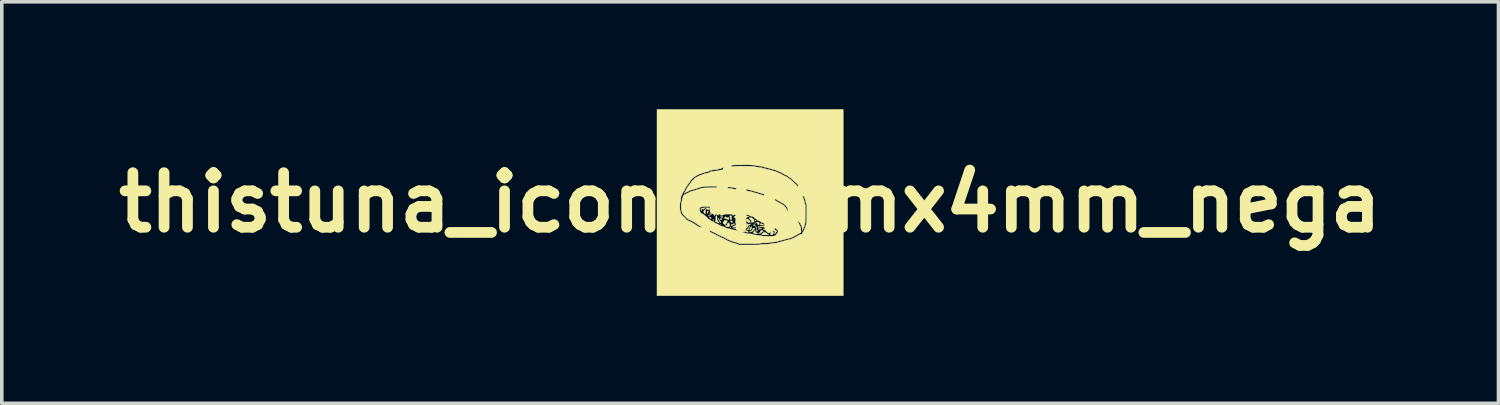
<source format=kicad_pcb>
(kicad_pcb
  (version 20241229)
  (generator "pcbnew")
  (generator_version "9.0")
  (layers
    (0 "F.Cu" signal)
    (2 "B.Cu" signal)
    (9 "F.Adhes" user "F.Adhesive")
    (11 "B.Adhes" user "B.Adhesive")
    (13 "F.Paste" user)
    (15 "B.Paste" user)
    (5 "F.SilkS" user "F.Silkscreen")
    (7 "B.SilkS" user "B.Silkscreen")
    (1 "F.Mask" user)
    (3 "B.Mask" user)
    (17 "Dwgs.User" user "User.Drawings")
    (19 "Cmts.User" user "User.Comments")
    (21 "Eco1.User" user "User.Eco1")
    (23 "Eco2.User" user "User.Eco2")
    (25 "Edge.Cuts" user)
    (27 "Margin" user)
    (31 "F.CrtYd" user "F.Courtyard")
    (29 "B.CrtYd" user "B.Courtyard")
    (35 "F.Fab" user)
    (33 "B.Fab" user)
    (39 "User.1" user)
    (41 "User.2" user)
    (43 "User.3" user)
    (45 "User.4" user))
  (footprint "thistuna_icon_4mmx4mm_nega"
    (layer "F.Cu")
    (at 17.896 2.606)
    (property "Reference" "thistuna_icon_4mmx4mm_nega" (at 0 0 0) (layer "F.SilkS") (effects (font (size 1.524 1.524) (thickness 0.3))))
    (attr through_hole)
    (fp_poly (pts (xy 0.686 0.892) (xy 0.683 0.894) (xy 0.681 0.892) (xy 0.683 0.889) (xy 0.686 0.892)) (stroke (width 0.01) (type solid)) (fill yes) (layer "F.SilkS"))
    (fp_poly (pts (xy -0.474 0.408) (xy -0.474 0.414) (xy -0.474 0.415) (xy -0.477 0.414) (xy -0.478 0.411) (xy -0.476 0.407) (xy -0.474 0.408)) (stroke (width 0.01) (type solid)) (fill yes) (layer "F.SilkS"))
    (fp_poly (pts (xy -0.234 0.419) (xy -0.229 0.424) (xy -0.23 0.427) (xy -0.231 0.427) (xy -0.235 0.423) (xy -0.237 0.421) (xy -0.237 0.417) (xy -0.234 0.419)) (stroke (width 0.01) (type solid)) (fill yes) (layer "F.SilkS"))
    (fp_poly (pts (xy -0.206 0.57) (xy -0.205 0.576) (xy -0.21 0.579) (xy -0.217 0.575) (xy -0.218 0.571) (xy -0.215 0.565) (xy -0.212 0.565) (xy -0.206 0.57)) (stroke (width 0.01) (type solid)) (fill yes) (layer "F.SilkS"))
    (fp_poly (pts (xy -1.138 0.299) (xy -1.138 0.3) (xy -1.142 0.305) (xy -1.143 0.305) (xy -1.146 0.302) (xy -1.146 0.3) (xy -1.141 0.295) (xy -1.14 0.295) (xy -1.138 0.299)) (stroke (width 0.01) (type solid)) (fill yes) (layer "F.SilkS"))
    (fp_poly (pts (xy -0.827 0.603) (xy -0.826 0.605) (xy -0.826 0.609) (xy -0.827 0.61) (xy -0.835 0.606) (xy -0.836 0.605) (xy -0.835 0.6) (xy -0.834 0.599) (xy -0.827 0.603)) (stroke (width 0.01) (type solid)) (fill yes) (layer "F.SilkS"))
    (fp_poly (pts (xy -0.681 0.304) (xy -0.678 0.31) (xy -0.676 0.319) (xy -0.677 0.323) (xy -0.68 0.321) (xy -0.683 0.315) (xy -0.685 0.305) (xy -0.684 0.301) (xy -0.681 0.304)) (stroke (width 0.01) (type solid)) (fill yes) (layer "F.SilkS"))
    (fp_poly (pts (xy -0.194 0.617) (xy -0.193 0.62) (xy -0.197 0.624) (xy -0.201 0.625) (xy -0.207 0.622) (xy -0.208 0.62) (xy -0.204 0.615) (xy -0.201 0.615) (xy -0.194 0.617)) (stroke (width 0.01) (type solid)) (fill yes) (layer "F.SilkS"))
    (fp_poly (pts (xy -0.193 0.664) (xy -0.185 0.669) (xy -0.183 0.674) (xy -0.186 0.68) (xy -0.193 0.678) (xy -0.197 0.675) (xy -0.203 0.667) (xy -0.2 0.663) (xy -0.193 0.664)) (stroke (width 0.01) (type solid)) (fill yes) (layer "F.SilkS"))
    (fp_poly (pts (xy -0.132 0.604) (xy -0.132 0.612) (xy -0.135 0.622) (xy -0.14 0.627) (xy -0.146 0.624) (xy -0.149 0.617) (xy -0.148 0.606) (xy -0.144 0.602) (xy -0.135 0.6) (xy -0.132 0.604)) (stroke (width 0.01) (type solid)) (fill yes) (layer "F.SilkS"))
    (fp_poly (pts (xy -0.539 0.69) (xy -0.537 0.693) (xy -0.537 0.699) (xy -0.545 0.701) (xy -0.549 0.701) (xy -0.56 0.7) (xy -0.561 0.697) (xy -0.559 0.693) (xy -0.55 0.687) (xy -0.546 0.686) (xy -0.539 0.69)) (stroke (width 0.01) (type solid)) (fill yes) (layer "F.SilkS"))
    (fp_poly (pts (xy 0.16 0.496) (xy 0.169 0.502) (xy 0.169 0.506) (xy 0.164 0.511) (xy 0.154 0.517) (xy 0.149 0.515) (xy 0.147 0.503) (xy 0.147 0.503) (xy 0.148 0.492) (xy 0.151 0.491) (xy 0.16 0.496)) (stroke (width 0.01) (type solid)) (fill yes) (layer "F.SilkS"))
    (fp_poly (pts (xy -1.142 0.342) (xy -1.138 0.354) (xy -1.138 0.363) (xy -1.139 0.379) (xy -1.143 0.385) (xy -1.149 0.381) (xy -1.155 0.37) (xy -1.16 0.357) (xy -1.159 0.349) (xy -1.158 0.347) (xy -1.149 0.34) (xy -1.142 0.342)) (stroke (width 0.01) (type solid)) (fill yes) (layer "F.SilkS"))
    (fp_poly (pts (xy 0.15 0.569) (xy 0.154 0.578) (xy 0.155 0.587) (xy 0.153 0.588) (xy 0.15 0.584) (xy 0.143 0.58) (xy 0.137 0.579) (xy 0.128 0.577) (xy 0.129 0.57) (xy 0.134 0.565) (xy 0.143 0.562) (xy 0.15 0.569)) (stroke (width 0.01) (type solid)) (fill yes) (layer "F.SilkS"))
    (fp_poly (pts (xy -1.028 0.472) (xy -1.023 0.48) (xy -1.018 0.49) (xy -1.016 0.496) (xy -1.016 0.496) (xy -1.02 0.498) (xy -1.027 0.497) (xy -1.033 0.493) (xy -1.034 0.493) (xy -1.035 0.484) (xy -1.034 0.477) (xy -1.031 0.47) (xy -1.028 0.472)) (stroke (width 0.01) (type solid)) (fill yes) (layer "F.SilkS"))
    (fp_poly (pts (xy -0.4 0.728) (xy -0.383 0.73) (xy -0.374 0.734) (xy -0.366 0.742) (xy -0.367 0.747) (xy -0.376 0.747) (xy -0.386 0.743) (xy -0.401 0.738) (xy -0.421 0.734) (xy -0.437 0.732) (xy -0.47 0.728) (xy -0.427 0.727) (xy -0.4 0.728)) (stroke (width 0.01) (type solid)) (fill yes) (layer "F.SilkS"))
    (fp_poly (pts (xy -0.335 0.49) (xy -0.337 0.502) (xy -0.342 0.509) (xy -0.342 0.51) (xy -0.349 0.515) (xy -0.357 0.527) (xy -0.359 0.532) (xy -0.37 0.547) (xy -0.383 0.559) (xy -0.385 0.561) (xy -0.401 0.57) (xy -0.401 0.472) (xy -0.335 0.472) (xy -0.335 0.49)) (stroke (width 0.01) (type solid)) (fill yes) (layer "F.SilkS"))
    (fp_poly (pts (xy 0.388 0.736) (xy 0.394 0.744) (xy 0.398 0.755) (xy 0.401 0.765) (xy 0.4 0.77) (xy 0.396 0.768) (xy 0.387 0.76) (xy 0.38 0.754) (xy 0.369 0.744) (xy 0.366 0.738) (xy 0.368 0.735) (xy 0.371 0.734) (xy 0.383 0.734) (xy 0.388 0.736)) (stroke (width 0.01) (type solid)) (fill yes) (layer "F.SilkS"))
    (fp_poly (pts (xy -0.999 0.293) (xy -0.984 0.315) (xy -0.976 0.332) (xy -0.977 0.343) (xy -0.983 0.347) (xy -0.991 0.354) (xy -0.995 0.361) (xy -0.999 0.368) (xy -1.004 0.365) (xy -1.005 0.365) (xy -1.008 0.356) (xy -1.01 0.339) (xy -1.011 0.319) (xy -1.011 0.279) (xy -0.999 0.293)) (stroke (width 0.01) (type solid)) (fill yes) (layer "F.SilkS"))
    (fp_poly (pts (xy -0.263 0.473) (xy -0.251 0.476) (xy -0.247 0.482) (xy -0.246 0.485) (xy -0.248 0.492) (xy -0.256 0.496) (xy -0.266 0.497) (xy -0.279 0.497) (xy -0.283 0.495) (xy -0.283 0.49) (xy -0.28 0.48) (xy -0.279 0.477) (xy -0.275 0.474) (xy -0.264 0.473) (xy -0.263 0.473)) (stroke (width 0.01) (type solid)) (fill yes) (layer "F.SilkS"))
    (fp_poly (pts (xy -1.052 0.171) (xy -1.052 0.171) (xy -1.041 0.176) (xy -1.029 0.179) (xy -1.019 0.181) (xy -1.015 0.185) (xy -1.016 0.197) (xy -1.016 0.199) (xy -1.019 0.218) (xy -1.03 0.208) (xy -1.038 0.2) (xy -1.041 0.193) (xy -1.044 0.184) (xy -1.05 0.176) (xy -1.055 0.17) (xy -1.052 0.171)) (stroke (width 0.01) (type solid)) (fill yes) (layer "F.SilkS"))
    (fp_poly (pts (xy -0.498 0.536) (xy -0.498 0.55) (xy -0.501 0.557) (xy -0.508 0.559) (xy -0.516 0.559) (xy -0.528 0.558) (xy -0.533 0.553) (xy -0.533 0.549) (xy -0.537 0.539) (xy -0.544 0.531) (xy -0.552 0.522) (xy -0.552 0.517) (xy -0.543 0.514) (xy -0.526 0.513) (xy -0.498 0.513) (xy -0.498 0.536)) (stroke (width 0.01) (type solid)) (fill yes) (layer "F.SilkS"))
    (fp_poly (pts (xy 0.041 0.692) (xy 0.039 0.719) (xy 0.033 0.739) (xy 0.022 0.754) (xy 0.014 0.761) (xy -0.002 0.77) (xy -0.011 0.771) (xy -0.015 0.765) (xy -0.015 0.76) (xy -0.012 0.745) (xy -0.005 0.725) (xy 0.006 0.705) (xy 0.018 0.687) (xy 0.026 0.678) (xy 0.041 0.664) (xy 0.041 0.692)) (stroke (width 0.01) (type solid)) (fill yes) (layer "F.SilkS"))
    (fp_poly (pts (xy 0.176 0.676) (xy 0.182 0.68) (xy 0.183 0.69) (xy 0.183 0.695) (xy 0.181 0.711) (xy 0.175 0.718) (xy 0.17 0.718) (xy 0.168 0.709) (xy 0.168 0.706) (xy 0.163 0.691) (xy 0.156 0.684) (xy 0.15 0.678) (xy 0.15 0.676) (xy 0.159 0.676) (xy 0.164 0.676) (xy 0.176 0.676)) (stroke (width 0.01) (type solid)) (fill yes) (layer "F.SilkS"))
    (fp_poly (pts (xy 0.19 0.756) (xy 0.196 0.766) (xy 0.2 0.777) (xy 0.2 0.787) (xy 0.199 0.79) (xy 0.194 0.799) (xy 0.192 0.805) (xy 0.191 0.811) (xy 0.188 0.808) (xy 0.184 0.802) (xy 0.179 0.787) (xy 0.177 0.772) (xy 0.178 0.759) (xy 0.183 0.753) (xy 0.183 0.753) (xy 0.19 0.756)) (stroke (width 0.01) (type solid)) (fill yes) (layer "F.SilkS"))
    (fp_poly (pts (xy -0.776 0.392) (xy -0.766 0.393) (xy -0.763 0.397) (xy -0.767 0.405) (xy -0.769 0.408) (xy -0.774 0.413) (xy -0.779 0.415) (xy -0.788 0.414) (xy -0.803 0.409) (xy -0.806 0.407) (xy -0.819 0.402) (xy -0.827 0.397) (xy -0.828 0.395) (xy -0.823 0.393) (xy -0.811 0.392) (xy -0.795 0.391) (xy -0.776 0.392)) (stroke (width 0.01) (type solid)) (fill yes) (layer "F.SilkS"))
    (fp_poly (pts (xy -1.098 0.413) (xy -1.094 0.42) (xy -1.088 0.435) (xy -1.09 0.445) (xy -1.099 0.448) (xy -1.102 0.448) (xy -1.116 0.443) (xy -1.125 0.437) (xy -1.136 0.429) (xy -1.143 0.425) (xy -1.144 0.423) (xy -1.136 0.422) (xy -1.132 0.422) (xy -1.118 0.42) (xy -1.108 0.415) (xy -1.107 0.414) (xy -1.102 0.41) (xy -1.098 0.413)) (stroke (width 0.01) (type solid)) (fill yes) (layer "F.SilkS"))
    (fp_poly (pts (xy -0.82 0.439) (xy -0.809 0.443) (xy -0.797 0.449) (xy -0.787 0.454) (xy -0.783 0.456) (xy -0.783 0.46) (xy -0.789 0.467) (xy -0.799 0.473) (xy -0.809 0.477) (xy -0.814 0.478) (xy -0.823 0.477) (xy -0.827 0.472) (xy -0.828 0.461) (xy -0.828 0.457) (xy -0.828 0.444) (xy -0.826 0.437) (xy -0.826 0.437) (xy -0.82 0.439)) (stroke (width 0.01) (type solid)) (fill yes) (layer "F.SilkS"))
    (fp_poly (pts (xy -0.519 0.423) (xy -0.521 0.475) (xy -0.537 0.477) (xy -0.547 0.477) (xy -0.552 0.474) (xy -0.554 0.466) (xy -0.554 0.454) (xy -0.555 0.435) (xy -0.559 0.414) (xy -0.564 0.396) (xy -0.569 0.385) (xy -0.57 0.384) (xy -0.574 0.377) (xy -0.57 0.373) (xy -0.558 0.371) (xy -0.546 0.371) (xy -0.518 0.371) (xy -0.519 0.423)) (stroke (width 0.01) (type solid)) (fill yes) (layer "F.SilkS"))
    (fp_poly (pts (xy 0.132 0.616) (xy 0.139 0.621) (xy 0.142 0.626) (xy 0.143 0.635) (xy 0.138 0.639) (xy 0.135 0.639) (xy 0.124 0.643) (xy 0.12 0.646) (xy 0.111 0.649) (xy 0.104 0.65) (xy 0.097 0.649) (xy 0.095 0.643) (xy 0.096 0.632) (xy 0.098 0.621) (xy 0.103 0.616) (xy 0.113 0.615) (xy 0.118 0.615) (xy 0.132 0.616)) (stroke (width 0.01) (type solid)) (fill yes) (layer "F.SilkS"))
    (fp_poly (pts (xy 0.65 0.841) (xy 0.648 0.861) (xy 0.64 0.878) (xy 0.63 0.89) (xy 0.62 0.894) (xy 0.61 0.896) (xy 0.607 0.899) (xy 0.599 0.904) (xy 0.587 0.904) (xy 0.575 0.899) (xy 0.57 0.893) (xy 0.567 0.885) (xy 0.568 0.876) (xy 0.572 0.864) (xy 0.579 0.85) (xy 0.594 0.818) (xy 0.65 0.818) (xy 0.65 0.841)) (stroke (width 0.01) (type solid)) (fill yes) (layer "F.SilkS"))
    (fp_poly (pts (xy -1.171 0.241) (xy -1.168 0.249) (xy -1.171 0.258) (xy -1.173 0.262) (xy -1.178 0.269) (xy -1.179 0.276) (xy -1.182 0.289) (xy -1.186 0.297) (xy -1.19 0.301) (xy -1.193 0.3) (xy -1.194 0.292) (xy -1.194 0.276) (xy -1.194 0.273) (xy -1.194 0.255) (xy -1.192 0.245) (xy -1.189 0.24) (xy -1.184 0.239) (xy -1.181 0.239) (xy -1.171 0.241)) (stroke (width 0.01) (type solid)) (fill yes) (layer "F.SilkS"))
    (fp_poly (pts (xy 0.231 0.546) (xy 0.245 0.553) (xy 0.252 0.567) (xy 0.253 0.589) (xy 0.253 0.593) (xy 0.252 0.607) (xy 0.249 0.615) (xy 0.242 0.618) (xy 0.236 0.619) (xy 0.227 0.618) (xy 0.219 0.614) (xy 0.21 0.603) (xy 0.205 0.596) (xy 0.195 0.58) (xy 0.188 0.565) (xy 0.185 0.558) (xy 0.182 0.544) (xy 0.21 0.544) (xy 0.231 0.546)) (stroke (width 0.01) (type solid)) (fill yes) (layer "F.SilkS"))
    (fp_poly (pts (xy 0.322 0.719) (xy 0.31 0.73) (xy 0.298 0.738) (xy 0.283 0.741) (xy 0.272 0.742) (xy 0.25 0.744) (xy 0.237 0.75) (xy 0.231 0.756) (xy 0.229 0.754) (xy 0.229 0.744) (xy 0.232 0.734) (xy 0.237 0.73) (xy 0.25 0.728) (xy 0.251 0.728) (xy 0.267 0.725) (xy 0.281 0.722) (xy 0.282 0.721) (xy 0.295 0.717) (xy 0.308 0.717) (xy 0.322 0.719)) (stroke (width 0.01) (type solid)) (fill yes) (layer "F.SilkS"))
    (fp_poly (pts (xy -0.877 0.45) (xy -0.87 0.467) (xy -0.865 0.485) (xy -0.864 0.488) (xy -0.858 0.504) (xy -0.848 0.512) (xy -0.832 0.522) (xy -0.824 0.535) (xy -0.824 0.549) (xy -0.826 0.565) (xy -0.847 0.542) (xy -0.862 0.522) (xy -0.869 0.507) (xy -0.869 0.505) (xy -0.872 0.491) (xy -0.879 0.48) (xy -0.887 0.467) (xy -0.888 0.451) (xy -0.888 0.449) (xy -0.886 0.429) (xy -0.877 0.45)) (stroke (width 0.01) (type solid)) (fill yes) (layer "F.SilkS"))
    (fp_poly (pts (xy -0.008 0.659) (xy -0.012 0.668) (xy -0.013 0.669) (xy -0.029 0.695) (xy -0.041 0.718) (xy -0.048 0.737) (xy -0.051 0.748) (xy -0.053 0.759) (xy -0.058 0.761) (xy -0.064 0.757) (xy -0.072 0.753) (xy -0.084 0.751) (xy -0.099 0.749) (xy -0.081 0.741) (xy -0.062 0.729) (xy -0.048 0.714) (xy -0.038 0.693) (xy -0.028 0.674) (xy -0.019 0.661) (xy -0.01 0.655) (xy -0.009 0.655) (xy -0.008 0.659)) (stroke (width 0.01) (type solid)) (fill yes) (layer "F.SilkS"))
    (fp_poly (pts (xy -0.757 0.3) (xy -0.744 0.302) (xy -0.735 0.305) (xy -0.728 0.311) (xy -0.727 0.311) (xy -0.718 0.324) (xy -0.718 0.331) (xy -0.727 0.335) (xy -0.733 0.335) (xy -0.749 0.339) (xy -0.762 0.345) (xy -0.777 0.353) (xy -0.798 0.355) (xy -0.802 0.355) (xy -0.818 0.355) (xy -0.825 0.354) (xy -0.827 0.35) (xy -0.826 0.344) (xy -0.823 0.331) (xy -0.82 0.316) (xy -0.817 0.3) (xy -0.777 0.3) (xy -0.757 0.3)) (stroke (width 0.01) (type solid)) (fill yes) (layer "F.SilkS"))
    (fp_poly (pts (xy -0.367 0.627) (xy -0.372 0.635) (xy -0.381 0.65) (xy -0.387 0.661) (xy -0.396 0.677) (xy -0.411 0.686) (xy -0.434 0.69) (xy -0.448 0.69) (xy -0.466 0.69) (xy -0.48 0.689) (xy -0.486 0.688) (xy -0.492 0.682) (xy -0.49 0.677) (xy -0.484 0.676) (xy -0.474 0.672) (xy -0.465 0.666) (xy -0.455 0.659) (xy -0.438 0.651) (xy -0.417 0.642) (xy -0.393 0.633) (xy -0.373 0.626) (xy -0.367 0.625) (xy -0.367 0.627)) (stroke (width 0.01) (type solid)) (fill yes) (layer "F.SilkS"))
    (fp_poly (pts (xy -0.184 0.48) (xy -0.177 0.486) (xy -0.165 0.495) (xy -0.15 0.505) (xy -0.146 0.508) (xy -0.132 0.518) (xy -0.122 0.529) (xy -0.117 0.539) (xy -0.117 0.546) (xy -0.123 0.549) (xy -0.131 0.552) (xy -0.142 0.559) (xy -0.156 0.567) (xy -0.166 0.567) (xy -0.172 0.558) (xy -0.172 0.558) (xy -0.173 0.547) (xy -0.167 0.539) (xy -0.16 0.532) (xy -0.159 0.525) (xy -0.165 0.514) (xy -0.176 0.502) (xy -0.186 0.49) (xy -0.191 0.482) (xy -0.19 0.478) (xy -0.184 0.48)) (stroke (width 0.01) (type solid)) (fill yes) (layer "F.SilkS"))
    (fp_poly (pts (xy -1.242 0.196) (xy -1.24 0.207) (xy -1.242 0.217) (xy -1.244 0.22) (xy -1.247 0.228) (xy -1.249 0.243) (xy -1.25 0.263) (xy -1.25 0.27) (xy -1.25 0.29) (xy -1.251 0.305) (xy -1.253 0.314) (xy -1.254 0.315) (xy -1.259 0.312) (xy -1.269 0.303) (xy -1.276 0.296) (xy -1.287 0.283) (xy -1.295 0.271) (xy -1.297 0.267) (xy -1.298 0.252) (xy -1.292 0.235) (xy -1.282 0.221) (xy -1.275 0.216) (xy -1.264 0.207) (xy -1.257 0.198) (xy -1.252 0.19) (xy -1.248 0.189) (xy -1.242 0.196)) (stroke (width 0.01) (type solid)) (fill yes) (layer "F.SilkS"))
    (fp_poly (pts (xy -0.399 0.375) (xy -0.385 0.379) (xy -0.373 0.381) (xy -0.359 0.386) (xy -0.347 0.397) (xy -0.339 0.413) (xy -0.338 0.417) (xy -0.336 0.428) (xy -0.336 0.434) (xy -0.336 0.434) (xy -0.342 0.436) (xy -0.356 0.437) (xy -0.373 0.438) (xy -0.392 0.438) (xy -0.41 0.437) (xy -0.423 0.436) (xy -0.429 0.435) (xy -0.429 0.434) (xy -0.432 0.426) (xy -0.434 0.415) (xy -0.437 0.4) (xy -0.44 0.389) (xy -0.441 0.379) (xy -0.434 0.374) (xy -0.429 0.373) (xy -0.414 0.372) (xy -0.399 0.375)) (stroke (width 0.01) (type solid)) (fill yes) (layer "F.SilkS"))
    (fp_poly (pts (xy -0.072 0.463) (xy -0.061 0.465) (xy -0.052 0.47) (xy -0.04 0.479) (xy -0.029 0.49) (xy -0.014 0.505) (xy -0.005 0.516) (xy -0.001 0.526) (xy -0.000021 0.536) (xy 0 0.539) (xy 0 0.559) (xy -0.027 0.558) (xy -0.044 0.557) (xy -0.057 0.552) (xy -0.068 0.543) (xy -0.069 0.542) (xy -0.082 0.527) (xy -0.092 0.512) (xy -0.093 0.51) (xy -0.104 0.495) (xy -0.117 0.484) (xy -0.129 0.476) (xy -0.131 0.469) (xy -0.123 0.465) (xy -0.106 0.463) (xy -0.087 0.462) (xy -0.072 0.463)) (stroke (width 0.01) (type solid)) (fill yes) (layer "F.SilkS"))
    (fp_poly (pts (xy 0.303 0.586) (xy 0.318 0.592) (xy 0.333 0.599) (xy 0.35 0.607) (xy 0.364 0.613) (xy 0.371 0.615) (xy 0.381 0.617) (xy 0.384 0.619) (xy 0.392 0.623) (xy 0.405 0.626) (xy 0.406 0.626) (xy 0.408 0.627) (xy 0.401 0.628) (xy 0.386 0.628) (xy 0.365 0.629) (xy 0.354 0.629) (xy 0.326 0.629) (xy 0.306 0.629) (xy 0.294 0.628) (xy 0.288 0.627) (xy 0.286 0.624) (xy 0.286 0.622) (xy 0.289 0.611) (xy 0.29 0.599) (xy 0.291 0.59) (xy 0.295 0.585) (xy 0.303 0.586)) (stroke (width 0.01) (type solid)) (fill yes) (layer "F.SilkS"))
    (fp_poly (pts (xy -0.455 0.3) (xy -0.428 0.306) (xy -0.406 0.315) (xy -0.387 0.324) (xy -0.371 0.333) (xy -0.361 0.338) (xy -0.353 0.343) (xy -0.353 0.345) (xy -0.362 0.344) (xy -0.368 0.343) (xy -0.399 0.339) (xy -0.422 0.337) (xy -0.439 0.338) (xy -0.452 0.341) (xy -0.465 0.348) (xy -0.474 0.355) (xy -0.48 0.36) (xy -0.483 0.357) (xy -0.483 0.355) (xy -0.485 0.346) (xy -0.492 0.333) (xy -0.495 0.328) (xy -0.503 0.317) (xy -0.505 0.311) (xy -0.501 0.307) (xy -0.498 0.305) (xy -0.479 0.3) (xy -0.455 0.3)) (stroke (width 0.01) (type solid)) (fill yes) (layer "F.SilkS"))
    (fp_poly (pts (xy -0.254 0.584) (xy -0.254 0.606) (xy -0.252 0.624) (xy -0.25 0.635) (xy -0.249 0.638) (xy -0.244 0.644) (xy -0.248 0.649) (xy -0.253 0.65) (xy -0.264 0.648) (xy -0.274 0.645) (xy -0.288 0.642) (xy -0.305 0.641) (xy -0.309 0.641) (xy -0.322 0.64) (xy -0.329 0.638) (xy -0.33 0.637) (xy -0.328 0.631) (xy -0.322 0.62) (xy -0.318 0.613) (xy -0.309 0.596) (xy -0.301 0.575) (xy -0.296 0.563) (xy -0.291 0.546) (xy -0.286 0.538) (xy -0.28 0.534) (xy -0.271 0.533) (xy -0.254 0.533) (xy -0.254 0.584)) (stroke (width 0.01) (type solid)) (fill yes) (layer "F.SilkS"))
    (fp_poly (pts (xy 0.344 0.779) (xy 0.358 0.788) (xy 0.36 0.789) (xy 0.371 0.801) (xy 0.358 0.805) (xy 0.347 0.81) (xy 0.332 0.82) (xy 0.324 0.827) (xy 0.309 0.84) (xy 0.295 0.851) (xy 0.288 0.855) (xy 0.275 0.86) (xy 0.26 0.863) (xy 0.246 0.863) (xy 0.237 0.86) (xy 0.234 0.853) (xy 0.24 0.849) (xy 0.248 0.848) (xy 0.263 0.845) (xy 0.276 0.838) (xy 0.286 0.828) (xy 0.288 0.818) (xy 0.287 0.813) (xy 0.288 0.799) (xy 0.297 0.788) (xy 0.311 0.78) (xy 0.327 0.777) (xy 0.344 0.779)) (stroke (width 0.01) (type solid)) (fill yes) (layer "F.SilkS"))
    (fp_poly (pts (xy -0.692 0.494) (xy -0.665 0.501) (xy -0.647 0.507) (xy -0.638 0.514) (xy -0.636 0.523) (xy -0.643 0.533) (xy -0.646 0.537) (xy -0.66 0.557) (xy -0.668 0.581) (xy -0.671 0.598) (xy -0.671 0.605) (xy -0.676 0.608) (xy -0.686 0.609) (xy -0.698 0.61) (xy -0.714 0.608) (xy -0.728 0.606) (xy -0.732 0.603) (xy -0.748 0.586) (xy -0.756 0.568) (xy -0.755 0.551) (xy -0.746 0.537) (xy -0.742 0.533) (xy -0.732 0.525) (xy -0.727 0.517) (xy -0.726 0.516) (xy -0.722 0.505) (xy -0.711 0.497) (xy -0.697 0.494) (xy -0.692 0.494)) (stroke (width 0.01) (type solid)) (fill yes) (layer "F.SilkS"))
    (fp_poly (pts (xy -0.44 0.585) (xy -0.438 0.591) (xy -0.436 0.599) (xy -0.436 0.608) (xy -0.441 0.613) (xy -0.453 0.617) (xy -0.457 0.617) (xy -0.472 0.623) (xy -0.483 0.629) (xy -0.485 0.631) (xy -0.495 0.638) (xy -0.504 0.64) (xy -0.515 0.642) (xy -0.521 0.645) (xy -0.527 0.65) (xy -0.531 0.647) (xy -0.533 0.635) (xy -0.533 0.632) (xy -0.533 0.621) (xy -0.529 0.616) (xy -0.518 0.614) (xy -0.514 0.614) (xy -0.497 0.611) (xy -0.481 0.605) (xy -0.48 0.604) (xy -0.461 0.592) (xy -0.447 0.586) (xy -0.44 0.584) (xy -0.44 0.585)) (stroke (width 0.01) (type solid)) (fill yes) (layer "F.SilkS"))
    (fp_poly (pts (xy 0.424 0.721) (xy 0.435 0.726) (xy 0.444 0.729) (xy 0.463 0.737) (xy 0.482 0.743) (xy 0.493 0.745) (xy 0.515 0.753) (xy 0.532 0.766) (xy 0.545 0.785) (xy 0.551 0.805) (xy 0.549 0.826) (xy 0.544 0.835) (xy 0.534 0.848) (xy 0.523 0.851) (xy 0.509 0.847) (xy 0.501 0.841) (xy 0.498 0.837) (xy 0.495 0.832) (xy 0.486 0.821) (xy 0.473 0.807) (xy 0.468 0.801) (xy 0.45 0.78) (xy 0.438 0.762) (xy 0.434 0.751) (xy 0.429 0.737) (xy 0.423 0.725) (xy 0.423 0.725) (xy 0.42 0.721) (xy 0.424 0.721)) (stroke (width 0.01) (type solid)) (fill yes) (layer "F.SilkS"))
    (fp_poly (pts (xy -0.693 0.399) (xy -0.682 0.405) (xy -0.676 0.409) (xy -0.653 0.419) (xy -0.631 0.421) (xy -0.61 0.417) (xy -0.609 0.416) (xy -0.6 0.413) (xy -0.596 0.414) (xy -0.593 0.42) (xy -0.591 0.432) (xy -0.59 0.447) (xy -0.59 0.46) (xy -0.591 0.47) (xy -0.592 0.472) (xy -0.6 0.471) (xy -0.613 0.469) (xy -0.62 0.468) (xy -0.636 0.465) (xy -0.655 0.46) (xy -0.676 0.454) (xy -0.695 0.448) (xy -0.71 0.442) (xy -0.72 0.437) (xy -0.721 0.435) (xy -0.719 0.428) (xy -0.713 0.418) (xy -0.706 0.406) (xy -0.7 0.398) (xy -0.698 0.396) (xy -0.693 0.399)) (stroke (width 0.01) (type solid)) (fill yes) (layer "F.SilkS"))
    (fp_poly (pts (xy -0.612 0.562) (xy -0.603 0.568) (xy -0.593 0.577) (xy -0.58 0.589) (xy -0.573 0.598) (xy -0.57 0.61) (xy -0.569 0.625) (xy -0.57 0.643) (xy -0.573 0.654) (xy -0.579 0.663) (xy -0.583 0.667) (xy -0.594 0.675) (xy -0.607 0.679) (xy -0.623 0.679) (xy -0.645 0.675) (xy -0.655 0.672) (xy -0.676 0.665) (xy -0.69 0.659) (xy -0.696 0.652) (xy -0.694 0.648) (xy -0.683 0.645) (xy -0.677 0.645) (xy -0.658 0.643) (xy -0.646 0.636) (xy -0.639 0.622) (xy -0.635 0.602) (xy -0.631 0.585) (xy -0.626 0.571) (xy -0.623 0.565) (xy -0.618 0.561) (xy -0.612 0.562)) (stroke (width 0.01) (type solid)) (fill yes) (layer "F.SilkS"))
    (fp_poly (pts (xy -0.138 0.774) (xy -0.129 0.778) (xy -0.111 0.783) (xy -0.096 0.787) (xy -0.089 0.788) (xy -0.077 0.791) (xy -0.064 0.801) (xy -0.054 0.813) (xy -0.051 0.823) (xy -0.053 0.83) (xy -0.061 0.833) (xy -0.067 0.833) (xy -0.083 0.83) (xy -0.1 0.824) (xy -0.102 0.823) (xy -0.118 0.816) (xy -0.134 0.813) (xy -0.136 0.813) (xy -0.148 0.812) (xy -0.155 0.808) (xy -0.155 0.808) (xy -0.161 0.804) (xy -0.174 0.801) (xy -0.182 0.8) (xy -0.206 0.796) (xy -0.185 0.787) (xy -0.171 0.781) (xy -0.162 0.775) (xy -0.16 0.773) (xy -0.154 0.771) (xy -0.138 0.774)) (stroke (width 0.01) (type solid)) (fill yes) (layer "F.SilkS"))
    (fp_poly (pts (xy 0.105 0.715) (xy 0.121 0.717) (xy 0.129 0.72) (xy 0.132 0.725) (xy 0.132 0.726) (xy 0.128 0.737) (xy 0.119 0.746) (xy 0.109 0.752) (xy 0.108 0.752) (xy 0.102 0.756) (xy 0.093 0.766) (xy 0.09 0.771) (xy 0.076 0.79) (xy 0.061 0.804) (xy 0.044 0.813) (xy 0.021 0.819) (xy 0.004 0.821) (xy -0.009 0.822) (xy -0.014 0.82) (xy -0.015 0.816) (xy -0.011 0.809) (xy -0.006 0.808) (xy 0.012 0.804) (xy 0.032 0.795) (xy 0.049 0.782) (xy 0.052 0.778) (xy 0.061 0.763) (xy 0.069 0.745) (xy 0.071 0.738) (xy 0.077 0.714) (xy 0.105 0.715)) (stroke (width 0.01) (type solid)) (fill yes) (layer "F.SilkS"))
    (fp_poly (pts (xy 0.14 0.781) (xy 0.142 0.788) (xy 0.142 0.79) (xy 0.146 0.807) (xy 0.154 0.824) (xy 0.166 0.838) (xy 0.179 0.847) (xy 0.186 0.848) (xy 0.195 0.85) (xy 0.198 0.853) (xy 0.2 0.862) (xy 0.201 0.866) (xy 0.201 0.871) (xy 0.195 0.873) (xy 0.185 0.873) (xy 0.169 0.872) (xy 0.156 0.869) (xy 0.155 0.869) (xy 0.143 0.866) (xy 0.127 0.864) (xy 0.124 0.864) (xy 0.105 0.861) (xy 0.092 0.852) (xy 0.081 0.84) (xy 0.101 0.815) (xy 0.112 0.802) (xy 0.119 0.791) (xy 0.122 0.787) (xy 0.126 0.783) (xy 0.132 0.781) (xy 0.14 0.781)) (stroke (width 0.01) (type solid)) (fill yes) (layer "F.SilkS"))
    (fp_poly (pts (xy -0.314 0.677) (xy -0.293 0.679) (xy -0.277 0.682) (xy -0.259 0.686) (xy -0.249 0.689) (xy -0.243 0.695) (xy -0.239 0.704) (xy -0.237 0.709) (xy -0.23 0.724) (xy -0.219 0.734) (xy -0.209 0.739) (xy -0.188 0.75) (xy -0.205 0.756) (xy -0.22 0.76) (xy -0.232 0.762) (xy -0.232 0.762) (xy -0.243 0.764) (xy -0.246 0.767) (xy -0.253 0.77) (xy -0.266 0.772) (xy -0.282 0.771) (xy -0.297 0.769) (xy -0.302 0.767) (xy -0.314 0.76) (xy -0.319 0.756) (xy -0.327 0.743) (xy -0.336 0.726) (xy -0.344 0.709) (xy -0.349 0.694) (xy -0.35 0.687) (xy -0.349 0.68) (xy -0.343 0.676) (xy -0.33 0.676) (xy -0.33 0.676) (xy -0.314 0.677)) (stroke (width 0.01) (type solid)) (fill yes) (layer "F.SilkS"))
    (fp_poly (pts (xy 0.411 0.832) (xy 0.426 0.839) (xy 0.429 0.84) (xy 0.445 0.849) (xy 0.459 0.858) (xy 0.465 0.864) (xy 0.475 0.872) (xy 0.49 0.882) (xy 0.497 0.885) (xy 0.51 0.892) (xy 0.519 0.898) (xy 0.521 0.9) (xy 0.517 0.902) (xy 0.505 0.903) (xy 0.486 0.903) (xy 0.461 0.904) (xy 0.444 0.904) (xy 0.41 0.904) (xy 0.386 0.903) (xy 0.367 0.901) (xy 0.353 0.899) (xy 0.342 0.895) (xy 0.341 0.895) (xy 0.328 0.889) (xy 0.32 0.885) (xy 0.318 0.883) (xy 0.321 0.878) (xy 0.33 0.869) (xy 0.343 0.859) (xy 0.358 0.848) (xy 0.372 0.839) (xy 0.38 0.835) (xy 0.392 0.831) (xy 0.402 0.83) (xy 0.411 0.832)) (stroke (width 0.01) (type solid)) (fill yes) (layer "F.SilkS"))
    (fp_poly (pts (xy -1.088 0.182) (xy -1.087 0.188) (xy -1.085 0.197) (xy -1.082 0.201) (xy -1.078 0.208) (xy -1.077 0.216) (xy -1.073 0.228) (xy -1.067 0.235) (xy -1.059 0.244) (xy -1.057 0.254) (xy -1.062 0.262) (xy -1.066 0.269) (xy -1.067 0.272) (xy -1.069 0.281) (xy -1.074 0.295) (xy -1.077 0.301) (xy -1.083 0.315) (xy -1.087 0.327) (xy -1.087 0.33) (xy -1.09 0.34) (xy -1.095 0.348) (xy -1.098 0.351) (xy -1.1 0.35) (xy -1.101 0.343) (xy -1.102 0.33) (xy -1.102 0.309) (xy -1.102 0.291) (xy -1.103 0.263) (xy -1.103 0.243) (xy -1.105 0.23) (xy -1.107 0.222) (xy -1.11 0.218) (xy -1.115 0.208) (xy -1.114 0.196) (xy -1.109 0.184) (xy -1.106 0.182) (xy -1.095 0.178) (xy -1.088 0.182)) (stroke (width 0.01) (type solid)) (fill yes) (layer "F.SilkS"))
    (fp_poly (pts (xy -0.089 0.586) (xy -0.078 0.592) (xy -0.073 0.595) (xy -0.058 0.601) (xy -0.04 0.603) (xy -0.016 0.602) (xy 0.015 0.597) (xy 0.015 0.597) (xy 0.027 0.595) (xy 0.029 0.596) (xy 0.024 0.6) (xy 0.023 0.601) (xy 0.012 0.608) (xy 0.005 0.609) (xy -0.012 0.614) (xy -0.03 0.625) (xy -0.047 0.64) (xy -0.061 0.657) (xy -0.069 0.671) (xy -0.075 0.683) (xy -0.084 0.696) (xy -0.085 0.697) (xy -0.096 0.706) (xy -0.108 0.71) (xy -0.123 0.711) (xy -0.147 0.711) (xy -0.147 0.689) (xy -0.147 0.675) (xy -0.143 0.668) (xy -0.134 0.663) (xy -0.128 0.661) (xy -0.111 0.654) (xy -0.102 0.646) (xy -0.098 0.635) (xy -0.097 0.617) (xy -0.097 0.614) (xy -0.096 0.598) (xy -0.095 0.587) (xy -0.094 0.584) (xy -0.089 0.586)) (stroke (width 0.01) (type solid)) (fill yes) (layer "F.SilkS"))
    (fp_poly (pts (xy 0.01 0.422) (xy 0.015 0.422) (xy 0.034 0.424) (xy 0.046 0.427) (xy 0.056 0.432) (xy 0.066 0.442) (xy 0.067 0.443) (xy 0.079 0.454) (xy 0.089 0.461) (xy 0.093 0.462) (xy 0.1 0.466) (xy 0.102 0.472) (xy 0.104 0.482) (xy 0.107 0.485) (xy 0.11 0.492) (xy 0.112 0.505) (xy 0.112 0.51) (xy 0.108 0.53) (xy 0.098 0.543) (xy 0.082 0.548) (xy 0.077 0.549) (xy 0.065 0.55) (xy 0.058 0.554) (xy 0.058 0.554) (xy 0.051 0.558) (xy 0.045 0.559) (xy 0.04 0.558) (xy 0.037 0.552) (xy 0.036 0.541) (xy 0.036 0.529) (xy 0.035 0.511) (xy 0.03 0.497) (xy 0.021 0.486) (xy 0.004 0.474) (xy -0.001 0.471) (xy -0.012 0.461) (xy -0.023 0.447) (xy -0.025 0.445) (xy -0.03 0.434) (xy -0.031 0.427) (xy -0.025 0.423) (xy -0.012 0.422) (xy 0.01 0.422)) (stroke (width 0.01) (type solid)) (fill yes) (layer "F.SilkS"))
    (fp_poly (pts (xy -0.929 0.369) (xy -0.926 0.38) (xy -0.925 0.4) (xy -0.925 0.429) (xy -0.924 0.457) (xy -0.923 0.476) (xy -0.922 0.488) (xy -0.919 0.495) (xy -0.917 0.498) (xy -0.909 0.507) (xy -0.902 0.52) (xy -0.901 0.523) (xy -0.892 0.539) (xy -0.88 0.554) (xy -0.878 0.557) (xy -0.869 0.568) (xy -0.865 0.577) (xy -0.864 0.579) (xy -0.868 0.582) (xy -0.873 0.577) (xy -0.882 0.57) (xy -0.887 0.569) (xy -0.895 0.567) (xy -0.909 0.561) (xy -0.927 0.554) (xy -0.932 0.551) (xy -0.955 0.538) (xy -0.969 0.527) (xy -0.973 0.517) (xy -0.967 0.508) (xy -0.967 0.508) (xy -0.964 0.502) (xy -0.962 0.49) (xy -0.96 0.472) (xy -0.96 0.444) (xy -0.96 0.444) (xy -0.96 0.419) (xy -0.959 0.402) (xy -0.958 0.39) (xy -0.955 0.383) (xy -0.95 0.377) (xy -0.948 0.375) (xy -0.939 0.367) (xy -0.933 0.365) (xy -0.929 0.369)) (stroke (width 0.01) (type solid)) (fill yes) (layer "F.SilkS"))
    (fp_poly (pts (xy 0.36 0.666) (xy 0.384 0.666) (xy 0.405 0.667) (xy 0.421 0.669) (xy 0.427 0.67) (xy 0.442 0.674) (xy 0.462 0.678) (xy 0.474 0.681) (xy 0.495 0.688) (xy 0.511 0.696) (xy 0.514 0.699) (xy 0.525 0.711) (xy 0.508 0.711) (xy 0.494 0.709) (xy 0.476 0.703) (xy 0.458 0.696) (xy 0.446 0.69) (xy 0.435 0.686) (xy 0.424 0.683) (xy 0.411 0.682) (xy 0.393 0.681) (xy 0.368 0.681) (xy 0.345 0.681) (xy 0.318 0.681) (xy 0.294 0.682) (xy 0.275 0.683) (xy 0.264 0.684) (xy 0.262 0.685) (xy 0.256 0.689) (xy 0.243 0.691) (xy 0.239 0.692) (xy 0.226 0.692) (xy 0.22 0.69) (xy 0.218 0.685) (xy 0.22 0.679) (xy 0.227 0.676) (xy 0.242 0.676) (xy 0.244 0.676) (xy 0.259 0.675) (xy 0.269 0.672) (xy 0.272 0.671) (xy 0.278 0.669) (xy 0.292 0.667) (xy 0.312 0.666) (xy 0.335 0.666) (xy 0.36 0.666)) (stroke (width 0.01) (type solid)) (fill yes) (layer "F.SilkS"))
    (fp_poly (pts (xy 0.561 0.693) (xy 0.575 0.702) (xy 0.587 0.712) (xy 0.602 0.721) (xy 0.623 0.73) (xy 0.645 0.735) (xy 0.659 0.737) (xy 0.672 0.738) (xy 0.679 0.745) (xy 0.681 0.749) (xy 0.69 0.76) (xy 0.708 0.772) (xy 0.714 0.774) (xy 0.73 0.783) (xy 0.739 0.79) (xy 0.742 0.798) (xy 0.742 0.799) (xy 0.738 0.811) (xy 0.732 0.817) (xy 0.724 0.825) (xy 0.721 0.831) (xy 0.718 0.839) (xy 0.709 0.849) (xy 0.706 0.851) (xy 0.696 0.863) (xy 0.69 0.874) (xy 0.689 0.875) (xy 0.688 0.876) (xy 0.687 0.867) (xy 0.687 0.852) (xy 0.686 0.84) (xy 0.685 0.813) (xy 0.683 0.796) (xy 0.679 0.788) (xy 0.671 0.786) (xy 0.656 0.783) (xy 0.636 0.782) (xy 0.63 0.781) (xy 0.609 0.78) (xy 0.596 0.779) (xy 0.589 0.777) (xy 0.586 0.773) (xy 0.585 0.767) (xy 0.582 0.755) (xy 0.579 0.75) (xy 0.575 0.741) (xy 0.574 0.73) (xy 0.57 0.713) (xy 0.56 0.699) (xy 0.546 0.684) (xy 0.561 0.693)) (stroke (width 0.01) (type solid)) (fill yes) (layer "F.SilkS"))
    (fp_poly (pts (xy -1.181 0.148) (xy -1.157 0.148) (xy -1.141 0.149) (xy -1.132 0.15) (xy -1.13 0.151) (xy -1.132 0.153) (xy -1.133 0.154) (xy -1.143 0.162) (xy -1.147 0.17) (xy -1.152 0.189) (xy -1.161 0.199) (xy -1.177 0.203) (xy -1.182 0.203) (xy -1.196 0.202) (xy -1.203 0.199) (xy -1.204 0.194) (xy -1.207 0.185) (xy -1.216 0.173) (xy -1.221 0.169) (xy -1.239 0.156) (xy -1.257 0.152) (xy -1.273 0.159) (xy -1.281 0.167) (xy -1.297 0.18) (xy -1.313 0.186) (xy -1.327 0.183) (xy -1.332 0.18) (xy -1.343 0.173) (xy -1.352 0.177) (xy -1.358 0.19) (xy -1.362 0.214) (xy -1.362 0.214) (xy -1.363 0.228) (xy -1.365 0.234) (xy -1.366 0.232) (xy -1.366 0.231) (xy -1.368 0.218) (xy -1.372 0.21) (xy -1.375 0.202) (xy -1.376 0.188) (xy -1.376 0.185) (xy -1.374 0.172) (xy -1.368 0.165) (xy -1.357 0.161) (xy -1.356 0.161) (xy -1.339 0.157) (xy -1.323 0.152) (xy -1.313 0.151) (xy -1.295 0.149) (xy -1.27 0.148) (xy -1.242 0.148) (xy -1.214 0.147) (xy -1.181 0.148)) (stroke (width 0.01) (type solid)) (fill yes) (layer "F.SilkS"))
    (fp_poly (pts (xy -0.328 0.311) (xy -0.328 0.311) (xy -0.318 0.315) (xy -0.302 0.321) (xy -0.287 0.327) (xy -0.267 0.334) (xy -0.247 0.339) (xy -0.235 0.34) (xy -0.211 0.341) (xy -0.185 0.345) (xy -0.162 0.349) (xy -0.143 0.354) (xy -0.131 0.36) (xy -0.13 0.361) (xy -0.119 0.366) (xy -0.102 0.371) (xy -0.094 0.372) (xy -0.075 0.375) (xy -0.059 0.379) (xy -0.053 0.381) (xy -0.038 0.387) (xy -0.051 0.396) (xy -0.062 0.402) (xy -0.08 0.408) (xy -0.093 0.412) (xy -0.109 0.416) (xy -0.121 0.42) (xy -0.125 0.422) (xy -0.131 0.425) (xy -0.143 0.427) (xy -0.145 0.427) (xy -0.157 0.428) (xy -0.165 0.431) (xy -0.165 0.432) (xy -0.172 0.437) (xy -0.178 0.432) (xy -0.181 0.426) (xy -0.186 0.416) (xy -0.196 0.403) (xy -0.202 0.396) (xy -0.215 0.383) (xy -0.227 0.377) (xy -0.236 0.376) (xy -0.25 0.378) (xy -0.259 0.384) (xy -0.259 0.384) (xy -0.267 0.388) (xy -0.274 0.384) (xy -0.279 0.374) (xy -0.279 0.369) (xy -0.283 0.358) (xy -0.291 0.346) (xy -0.301 0.338) (xy -0.308 0.335) (xy -0.315 0.332) (xy -0.324 0.323) (xy -0.326 0.322) (xy -0.333 0.313) (xy -0.334 0.31) (xy -0.328 0.311)) (stroke (width 0.01) (type solid)) (fill yes) (layer "F.SilkS"))
    (fp_poly (pts (xy -0.923 0.19) (xy -0.903 0.194) (xy -0.899 0.196) (xy -0.882 0.201) (xy -0.86 0.205) (xy -0.837 0.208) (xy -0.836 0.209) (xy -0.809 0.212) (xy -0.78 0.215) (xy -0.757 0.219) (xy -0.731 0.222) (xy -0.703 0.226) (xy -0.678 0.228) (xy -0.652 0.232) (xy -0.625 0.238) (xy -0.602 0.245) (xy -0.58 0.252) (xy -0.556 0.26) (xy -0.539 0.264) (xy -0.524 0.268) (xy -0.518 0.271) (xy -0.519 0.273) (xy -0.524 0.276) (xy -0.534 0.286) (xy -0.536 0.294) (xy -0.536 0.299) (xy -0.539 0.303) (xy -0.547 0.304) (xy -0.562 0.305) (xy -0.574 0.305) (xy -0.6 0.304) (xy -0.62 0.3) (xy -0.637 0.292) (xy -0.655 0.277) (xy -0.664 0.269) (xy -0.68 0.255) (xy -0.693 0.245) (xy -0.706 0.239) (xy -0.722 0.235) (xy -0.743 0.234) (xy -0.772 0.234) (xy -0.833 0.234) (xy -0.847 0.255) (xy -0.859 0.275) (xy -0.87 0.297) (xy -0.878 0.319) (xy -0.883 0.337) (xy -0.884 0.344) (xy -0.885 0.352) (xy -0.888 0.354) (xy -0.895 0.351) (xy -0.907 0.341) (xy -0.916 0.334) (xy -0.94 0.312) (xy -0.94 0.275) (xy -0.94 0.253) (xy -0.943 0.239) (xy -0.948 0.228) (xy -0.95 0.225) (xy -0.957 0.212) (xy -0.96 0.2) (xy -0.959 0.192) (xy -0.953 0.189) (xy -0.94 0.188) (xy -0.923 0.19)) (stroke (width 0.01) (type solid)) (fill yes) (layer "F.SilkS"))
    (fp_poly (pts (xy 2.601 2.601) (xy -2.601 2.601) (xy -2.601 0.115) (xy -1.961 0.115) (xy -1.961 0.15) (xy -1.96 0.176) (xy -1.96 0.195) (xy -1.958 0.209) (xy -1.956 0.22) (xy -1.953 0.228) (xy -1.951 0.234) (xy -1.944 0.25) (xy -1.941 0.265) (xy -1.941 0.268) (xy -1.936 0.296) (xy -1.923 0.322) (xy -1.914 0.333) (xy -1.905 0.344) (xy -1.9 0.353) (xy -1.9 0.355) (xy -1.896 0.361) (xy -1.886 0.37) (xy -1.878 0.376) (xy -1.866 0.386) (xy -1.849 0.402) (xy -1.831 0.421) (xy -1.821 0.433) (xy -1.805 0.451) (xy -1.79 0.467) (xy -1.778 0.479) (xy -1.773 0.483) (xy -1.764 0.489) (xy -1.748 0.497) (xy -1.726 0.508) (xy -1.701 0.52) (xy -1.687 0.526) (xy -1.646 0.546) (xy -1.604 0.569) (xy -1.56 0.596) (xy -1.519 0.622) (xy -1.483 0.646) (xy -1.454 0.665) (xy -1.43 0.68) (xy -1.409 0.692) (xy -1.391 0.702) (xy -1.373 0.711) (xy -1.354 0.72) (xy -1.332 0.729) (xy -1.306 0.74) (xy -1.301 0.741) (xy -1.272 0.753) (xy -1.242 0.766) (xy -1.216 0.778) (xy -1.194 0.787) (xy -1.187 0.791) (xy -1.169 0.8) (xy -1.144 0.811) (xy -1.116 0.824) (xy -1.088 0.837) (xy -1.082 0.839) (xy -1.054 0.852) (xy -1.021 0.868) (xy -0.985 0.886) (xy -0.949 0.905) (xy -0.925 0.918) (xy -0.894 0.935) (xy -0.861 0.951) (xy -0.83 0.966) (xy -0.803 0.978) (xy -0.785 0.986) (xy -0.735 1.007) (xy -0.688 1.034) (xy -0.661 1.05) (xy -0.625 1.068) (xy -0.584 1.086) (xy -0.539 1.103) (xy -0.492 1.12) (xy -0.446 1.134) (xy -0.403 1.146) (xy -0.396 1.148) (xy -0.374 1.154) (xy -0.352 1.162) (xy -0.335 1.17) (xy -0.312 1.184) (xy -0.027 1.184) (xy 0.034 1.184) (xy 0.086 1.184) (xy 0.129 1.183) (xy 0.165 1.183) (xy 0.194 1.183) (xy 0.218 1.182) (xy 0.236 1.182) (xy 0.251 1.181) (xy 0.262 1.179) (xy 0.271 1.178) (xy 0.278 1.176) (xy 0.285 1.174) (xy 0.287 1.173) (xy 0.299 1.17) (xy 0.312 1.167) (xy 0.327 1.165) (xy 0.347 1.164) (xy 0.373 1.164) (xy 0.408 1.163) (xy 0.408 1.163) (xy 0.449 1.163) (xy 0.482 1.162) (xy 0.509 1.16) (xy 0.534 1.157) (xy 0.551 1.154) (xy 0.59 1.147) (xy 0.628 1.141) (xy 0.664 1.136) (xy 0.694 1.133) (xy 0.711 1.133) (xy 0.728 1.131) (xy 0.749 1.126) (xy 0.77 1.12) (xy 0.794 1.111) (xy 0.821 1.104) (xy 0.841 1.099) (xy 0.865 1.094) (xy 0.89 1.087) (xy 0.907 1.082) (xy 0.95 1.069) (xy 0.993 1.057) (xy 1.034 1.047) (xy 1.069 1.039) (xy 1.093 1.035) (xy 1.116 1.031) (xy 1.135 1.026) (xy 1.148 1.021) (xy 1.149 1.02) (xy 1.163 1.012) (xy 1.18 1.005) (xy 1.184 1.003) (xy 1.202 0.996) (xy 1.222 0.986) (xy 1.229 0.982) (xy 1.274 0.956) (xy 1.314 0.934) (xy 1.352 0.913) (xy 1.372 0.902) (xy 1.394 0.89) (xy 1.409 0.883) (xy 1.418 0.88) (xy 1.424 0.88) (xy 1.429 0.882) (xy 1.43 0.883) (xy 1.44 0.888) (xy 1.449 0.884) (xy 1.455 0.873) (xy 1.457 0.866) (xy 1.462 0.844) (xy 1.472 0.823) (xy 1.482 0.811) (xy 1.491 0.801) (xy 1.499 0.786) (xy 1.5 0.783) (xy 1.516 0.745) (xy 1.528 0.715) (xy 1.537 0.692) (xy 1.544 0.674) (xy 1.548 0.66) (xy 1.551 0.649) (xy 1.551 0.645) (xy 1.555 0.63) (xy 1.559 0.618) (xy 1.561 0.616) (xy 1.564 0.61) (xy 1.567 0.602) (xy 1.569 0.589) (xy 1.572 0.573) (xy 1.573 0.551) (xy 1.575 0.523) (xy 1.576 0.488) (xy 1.577 0.446) (xy 1.577 0.395) (xy 1.578 0.335) (xy 1.578 0.313) (xy 1.58 0.07) (xy 1.565 0.033) (xy 1.554 0.002) (xy 1.55 -0.024) (xy 1.549 -0.029) (xy 1.546 -0.055) (xy 1.534 -0.086) (xy 1.526 -0.104) (xy 1.521 -0.122) (xy 1.519 -0.133) (xy 1.516 -0.148) (xy 1.507 -0.167) (xy 1.502 -0.175) (xy 1.488 -0.201) (xy 1.478 -0.232) (xy 1.476 -0.241) (xy 1.472 -0.259) (xy 1.466 -0.277) (xy 1.458 -0.295) (xy 1.446 -0.316) (xy 1.431 -0.34) (xy 1.411 -0.369) (xy 1.39 -0.398) (xy 1.369 -0.428) (xy 1.353 -0.451) (xy 1.341 -0.469) (xy 1.333 -0.483) (xy 1.327 -0.495) (xy 1.322 -0.506) (xy 1.321 -0.51) (xy 1.315 -0.523) (xy 1.304 -0.534) (xy 1.287 -0.546) (xy 1.286 -0.547) (xy 1.273 -0.557) (xy 1.254 -0.572) (xy 1.232 -0.591) (xy 1.209 -0.613) (xy 1.194 -0.627) (xy 1.172 -0.648) (xy 1.152 -0.666) (xy 1.136 -0.681) (xy 1.123 -0.69) (xy 1.118 -0.694) (xy 1.104 -0.7) (xy 1.086 -0.711) (xy 1.067 -0.726) (xy 1.049 -0.741) (xy 1.044 -0.746) (xy 1.026 -0.76) (xy 1.008 -0.765) (xy 0.991 -0.77) (xy 0.971 -0.779) (xy 0.956 -0.787) (xy 0.925 -0.807) (xy 0.893 -0.825) (xy 0.865 -0.84) (xy 0.841 -0.852) (xy 0.823 -0.858) (xy 0.823 -0.859) (xy 0.808 -0.864) (xy 0.788 -0.872) (xy 0.766 -0.882) (xy 0.752 -0.889) (xy 0.724 -0.902) (xy 0.701 -0.911) (xy 0.677 -0.917) (xy 0.66 -0.92) (xy 0.624 -0.927) (xy 0.594 -0.938) (xy 0.588 -0.94) (xy 0.57 -0.948) (xy 0.553 -0.954) (xy 0.542 -0.955) (xy 0.529 -0.956) (xy 0.51 -0.96) (xy 0.49 -0.965) (xy 0.47 -0.97) (xy 0.454 -0.975) (xy 0.446 -0.979) (xy 0.437 -0.982) (xy 0.423 -0.985) (xy 0.411 -0.987) (xy 0.389 -0.991) (xy 0.366 -0.998) (xy 0.357 -1.001) (xy 0.334 -1.009) (xy 0.303 -1.015) (xy 0.284 -1.017) (xy 0.239 -1.021) (xy 0.202 -1.025) (xy 0.173 -1.03) (xy 0.153 -1.035) (xy 0.15 -1.037) (xy 0.135 -1.04) (xy 0.111 -1.044) (xy 0.078 -1.047) (xy 0.036 -1.049) (xy -0.014 -1.051) (xy -0.072 -1.052) (xy -0.138 -1.053) (xy -0.203 -1.053) (xy -0.268 -1.052) (xy -0.323 -1.052) (xy -0.37 -1.051) (xy -0.409 -1.05) (xy -0.44 -1.049) (xy -0.465 -1.048) (xy -0.484 -1.046) (xy -0.498 -1.043) (xy -0.508 -1.041) (xy -0.514 -1.037) (xy -0.516 -1.036) (xy -0.527 -1.03) (xy -0.543 -1.025) (xy -0.549 -1.025) (xy -0.584 -1.02) (xy -0.61 -1.017) (xy -0.631 -1.013) (xy -0.648 -1.01) (xy -0.662 -1.005) (xy -0.677 -0.999) (xy -0.689 -0.994) (xy -0.709 -0.985) (xy -0.727 -0.979) (xy -0.74 -0.975) (xy -0.742 -0.975) (xy -0.759 -0.973) (xy -0.778 -0.969) (xy -0.795 -0.963) (xy -0.807 -0.956) (xy -0.81 -0.953) (xy -0.818 -0.948) (xy -0.833 -0.945) (xy -0.844 -0.945) (xy -0.863 -0.944) (xy -0.875 -0.94) (xy -0.881 -0.935) (xy -0.886 -0.931) (xy -0.893 -0.928) (xy -0.903 -0.925) (xy -0.919 -0.923) (xy -0.941 -0.921) (xy -0.971 -0.918) (xy -0.998 -0.916) (xy -1.019 -0.915) (xy -1.036 -0.912) (xy -1.047 -0.91) (xy -1.049 -0.909) (xy -1.056 -0.906) (xy -1.07 -0.904) (xy -1.078 -0.904) (xy -1.102 -0.901) (xy -1.117 -0.895) (xy -1.137 -0.883) (xy -1.163 -0.872) (xy -1.19 -0.862) (xy -1.216 -0.855) (xy -1.224 -0.854) (xy -1.255 -0.848) (xy -1.285 -0.84) (xy -1.313 -0.831) (xy -1.334 -0.821) (xy -1.337 -0.819) (xy -1.354 -0.811) (xy -1.375 -0.805) (xy -1.382 -0.804) (xy -1.412 -0.797) (xy -1.43 -0.787) (xy -1.444 -0.778) (xy -1.456 -0.773) (xy -1.461 -0.772) (xy -1.472 -0.769) (xy -1.483 -0.76) (xy -1.483 -0.76) (xy -1.495 -0.751) (xy -1.511 -0.742) (xy -1.518 -0.739) (xy -1.537 -0.731) (xy -1.555 -0.72) (xy -1.56 -0.717) (xy -1.571 -0.707) (xy -1.586 -0.694) (xy -1.603 -0.679) (xy -1.618 -0.663) (xy -1.632 -0.649) (xy -1.642 -0.639) (xy -1.646 -0.633) (xy -1.646 -0.632) (xy -1.649 -0.626) (xy -1.654 -0.619) (xy -1.662 -0.609) (xy -1.672 -0.595) (xy -1.679 -0.585) (xy -1.688 -0.571) (xy -1.702 -0.552) (xy -1.718 -0.529) (xy -1.735 -0.507) (xy -1.735 -0.507) (xy -1.756 -0.479) (xy -1.777 -0.448) (xy -1.797 -0.417) (xy -1.814 -0.387) (xy -1.829 -0.36) (xy -1.838 -0.339) (xy -1.839 -0.335) (xy -1.847 -0.319) (xy -1.856 -0.305) (xy -1.857 -0.305) (xy -1.875 -0.282) (xy -1.886 -0.263) (xy -1.89 -0.248) (xy -1.893 -0.234) (xy -1.897 -0.226) (xy -1.915 -0.196) (xy -1.926 -0.17) (xy -1.93 -0.147) (xy -1.93 -0.141) (xy -1.931 -0.118) (xy -1.934 -0.091) (xy -1.938 -0.062) (xy -1.943 -0.035) (xy -1.949 -0.013) (xy -1.953 -0.003) (xy -1.956 0.006) (xy -1.958 0.017) (xy -1.959 0.033) (xy -1.96 0.055) (xy -1.961 0.083) (xy -1.961 0.115) (xy -2.601 0.115) (xy -2.601 -2.601) (xy 2.601 -2.601) (xy 2.601 2.601)) (stroke (width 0.01) (type solid)) (fill yes) (layer "F.SilkS"))
    (fp_poly (pts (xy -0.132 -1.017) (xy -0.069 -1.016) (xy -0.013 -1.015) (xy 0.036 -1.013) (xy 0.077 -1.011) (xy 0.109 -1.008) (xy 0.132 -1.005) (xy 0.145 -1.001) (xy 0.163 -0.995) (xy 0.191 -0.99) (xy 0.227 -0.985) (xy 0.27 -0.981) (xy 0.274 -0.981) (xy 0.309 -0.977) (xy 0.336 -0.97) (xy 0.347 -0.966) (xy 0.367 -0.958) (xy 0.39 -0.953) (xy 0.4 -0.951) (xy 0.417 -0.949) (xy 0.43 -0.946) (xy 0.435 -0.944) (xy 0.444 -0.939) (xy 0.46 -0.934) (xy 0.48 -0.929) (xy 0.501 -0.924) (xy 0.519 -0.921) (xy 0.532 -0.92) (xy 0.546 -0.917) (xy 0.564 -0.911) (xy 0.578 -0.905) (xy 0.612 -0.892) (xy 0.653 -0.884) (xy 0.698 -0.874) (xy 0.738 -0.858) (xy 0.764 -0.842) (xy 0.778 -0.834) (xy 0.796 -0.828) (xy 0.802 -0.827) (xy 0.816 -0.823) (xy 0.837 -0.814) (xy 0.861 -0.802) (xy 0.888 -0.787) (xy 0.915 -0.772) (xy 0.939 -0.757) (xy 0.947 -0.751) (xy 0.966 -0.741) (xy 0.986 -0.733) (xy 0.993 -0.732) (xy 1.011 -0.726) (xy 1.028 -0.715) (xy 1.046 -0.7) (xy 1.064 -0.685) (xy 1.084 -0.671) (xy 1.1 -0.663) (xy 1.115 -0.654) (xy 1.134 -0.639) (xy 1.157 -0.618) (xy 1.184 -0.592) (xy 1.205 -0.571) (xy 1.226 -0.551) (xy 1.244 -0.535) (xy 1.258 -0.524) (xy 1.263 -0.52) (xy 1.277 -0.511) (xy 1.286 -0.5) (xy 1.288 -0.497) (xy 1.294 -0.482) (xy 1.306 -0.461) (xy 1.322 -0.435) (xy 1.342 -0.406) (xy 1.362 -0.378) (xy 1.387 -0.343) (xy 1.407 -0.313) (xy 1.421 -0.288) (xy 1.432 -0.264) (xy 1.44 -0.24) (xy 1.443 -0.224) (xy 1.453 -0.19) (xy 1.465 -0.165) (xy 1.468 -0.159) (xy 1.477 -0.144) (xy 1.483 -0.131) (xy 1.483 -0.125) (xy 1.485 -0.114) (xy 1.491 -0.098) (xy 1.499 -0.08) (xy 1.51 -0.05) (xy 1.514 -0.024) (xy 1.517 0.001) (xy 1.526 0.031) (xy 1.529 0.038) (xy 1.545 0.075) (xy 1.543 0.313) (xy 1.542 0.374) (xy 1.541 0.425) (xy 1.541 0.468) (xy 1.54 0.504) (xy 1.539 0.532) (xy 1.538 0.554) (xy 1.536 0.57) (xy 1.534 0.582) (xy 1.532 0.591) (xy 1.53 0.596) (xy 1.529 0.597) (xy 1.526 0.604) (xy 1.522 0.618) (xy 1.519 0.632) (xy 1.514 0.651) (xy 1.506 0.675) (xy 1.496 0.7) (xy 1.492 0.709) (xy 1.483 0.73) (xy 1.474 0.75) (xy 1.468 0.765) (xy 1.466 0.77) (xy 1.459 0.785) (xy 1.456 0.765) (xy 1.454 0.749) (xy 1.452 0.728) (xy 1.449 0.706) (xy 1.449 0.704) (xy 1.444 0.674) (xy 1.439 0.654) (xy 1.433 0.64) (xy 1.426 0.632) (xy 1.423 0.63) (xy 1.414 0.62) (xy 1.409 0.602) (xy 1.405 0.586) (xy 1.397 0.573) (xy 1.386 0.563) (xy 1.369 0.548) (xy 1.348 0.528) (xy 1.322 0.502) (xy 1.293 0.473) (xy 1.263 0.442) (xy 1.234 0.411) (xy 1.205 0.38) (xy 1.179 0.352) (xy 1.157 0.327) (xy 1.141 0.307) (xy 1.138 0.303) (xy 1.123 0.284) (xy 1.108 0.266) (xy 1.097 0.252) (xy 1.087 0.238) (xy 1.075 0.217) (xy 1.063 0.195) (xy 1.06 0.187) (xy 1.05 0.166) (xy 1.039 0.147) (xy 1.029 0.133) (xy 1.026 0.129) (xy 1.016 0.119) (xy 1.011 0.112) (xy 1.011 0.111) (xy 1.008 0.105) (xy 1.001 0.094) (xy 0.997 0.087) (xy 0.983 0.072) (xy 0.962 0.054) (xy 0.937 0.036) (xy 0.908 0.018) (xy 0.888 0.007) (xy 0.868 -0.003) (xy 0.845 -0.016) (xy 0.833 -0.023) (xy 0.816 -0.032) (xy 0.801 -0.04) (xy 0.793 -0.043) (xy 0.784 -0.048) (xy 0.769 -0.056) (xy 0.75 -0.068) (xy 0.741 -0.074) (xy 0.699 -0.101) (xy 0.65 -0.127) (xy 0.6 -0.151) (xy 0.55 -0.171) (xy 0.525 -0.18) (xy 0.501 -0.187) (xy 0.481 -0.193) (xy 0.466 -0.197) (xy 0.458 -0.198) (xy 0.45 -0.201) (xy 0.435 -0.208) (xy 0.418 -0.218) (xy 0.414 -0.22) (xy 0.389 -0.234) (xy 0.367 -0.243) (xy 0.356 -0.246) (xy 0.34 -0.249) (xy 0.319 -0.255) (xy 0.296 -0.262) (xy 0.29 -0.264) (xy 0.239 -0.28) (xy 0.197 -0.293) (xy 0.165 -0.302) (xy 0.141 -0.307) (xy 0.137 -0.308) (xy 0.118 -0.313) (xy 0.098 -0.321) (xy 0.093 -0.323) (xy 0.077 -0.331) (xy 0.061 -0.335) (xy 0.056 -0.335) (xy 0.045 -0.337) (xy 0.027 -0.34) (xy 0.004 -0.345) (xy -0.02 -0.351) (xy -0.047 -0.357) (xy -0.072 -0.362) (xy -0.094 -0.365) (xy -0.107 -0.366) (xy -0.136 -0.367) (xy -0.168 -0.369) (xy -0.202 -0.373) (xy -0.233 -0.377) (xy -0.26 -0.382) (xy -0.277 -0.386) (xy -0.336 -0.401) (xy -0.396 -0.406) (xy -0.408 -0.406) (xy -0.436 -0.408) (xy -0.456 -0.412) (xy -0.464 -0.415) (xy -0.474 -0.419) (xy -0.488 -0.423) (xy -0.508 -0.426) (xy -0.534 -0.43) (xy -0.568 -0.433) (xy -0.61 -0.436) (xy -0.617 -0.437) (xy -0.645 -0.439) (xy -0.673 -0.442) (xy -0.696 -0.446) (xy -0.712 -0.449) (xy -0.72 -0.451) (xy -0.73 -0.453) (xy -0.741 -0.454) (xy -0.757 -0.455) (xy -0.776 -0.456) (xy -0.801 -0.456) (xy -0.831 -0.456) (xy -0.869 -0.456) (xy -0.916 -0.456) (xy -0.971 -0.455) (xy -0.979 -0.455) (xy -1.048 -0.454) (xy -1.108 -0.454) (xy -1.159 -0.453) (xy -1.202 -0.452) (xy -1.237 -0.451) (xy -1.265 -0.449) (xy -1.287 -0.448) (xy -1.304 -0.446) (xy -1.315 -0.445) (xy -1.323 -0.442) (xy -1.323 -0.442) (xy -1.334 -0.439) (xy -1.35 -0.437) (xy -1.362 -0.436) (xy -1.39 -0.43) (xy -1.421 -0.419) (xy -1.425 -0.417) (xy -1.445 -0.409) (xy -1.465 -0.402) (xy -1.48 -0.398) (xy -1.496 -0.394) (xy -1.516 -0.388) (xy -1.536 -0.38) (xy -1.557 -0.373) (xy -1.577 -0.368) (xy -1.592 -0.366) (xy -1.607 -0.364) (xy -1.619 -0.359) (xy -1.621 -0.358) (xy -1.631 -0.353) (xy -1.646 -0.349) (xy -1.657 -0.347) (xy -1.679 -0.343) (xy -1.695 -0.334) (xy -1.699 -0.33) (xy -1.715 -0.319) (xy -1.733 -0.311) (xy -1.735 -0.31) (xy -1.751 -0.303) (xy -1.765 -0.295) (xy -1.767 -0.294) (xy -1.781 -0.287) (xy -1.793 -0.284) (xy -1.807 -0.281) (xy -1.818 -0.272) (xy -1.828 -0.264) (xy -1.838 -0.258) (xy -1.846 -0.256) (xy -1.849 -0.258) (xy -1.846 -0.263) (xy -1.838 -0.273) (xy -1.834 -0.277) (xy -1.825 -0.289) (xy -1.814 -0.307) (xy -1.804 -0.327) (xy -1.803 -0.329) (xy -1.787 -0.364) (xy -1.767 -0.4) (xy -1.742 -0.438) (xy -1.711 -0.48) (xy -1.706 -0.486) (xy -1.689 -0.509) (xy -1.672 -0.532) (xy -1.658 -0.552) (xy -1.649 -0.565) (xy -1.63 -0.592) (xy -1.616 -0.612) (xy -1.605 -0.626) (xy -1.595 -0.636) (xy -1.585 -0.644) (xy -1.583 -0.646) (xy -1.572 -0.654) (xy -1.565 -0.661) (xy -1.565 -0.662) (xy -1.56 -0.67) (xy -1.548 -0.681) (xy -1.531 -0.693) (xy -1.51 -0.704) (xy -1.501 -0.709) (xy -1.483 -0.717) (xy -1.469 -0.725) (xy -1.461 -0.73) (xy -1.461 -0.731) (xy -1.453 -0.736) (xy -1.447 -0.737) (xy -1.437 -0.74) (xy -1.423 -0.747) (xy -1.417 -0.752) (xy -1.403 -0.761) (xy -1.39 -0.766) (xy -1.386 -0.767) (xy -1.367 -0.77) (xy -1.345 -0.776) (xy -1.325 -0.784) (xy -1.321 -0.787) (xy -1.306 -0.795) (xy -1.285 -0.803) (xy -1.261 -0.81) (xy -1.237 -0.815) (xy -1.218 -0.818) (xy -1.214 -0.818) (xy -1.196 -0.821) (xy -1.175 -0.827) (xy -1.17 -0.83) (xy -1.153 -0.838) (xy -1.138 -0.844) (xy -1.133 -0.846) (xy -1.119 -0.852) (xy -1.107 -0.859) (xy -1.095 -0.864) (xy -1.077 -0.869) (xy -1.067 -0.871) (xy -1.048 -0.873) (xy -1.024 -0.875) (xy -0.999 -0.878) (xy -0.993 -0.879) (xy -0.967 -0.882) (xy -0.939 -0.885) (xy -0.915 -0.887) (xy -0.911 -0.888) (xy -0.887 -0.892) (xy -0.87 -0.897) (xy -0.865 -0.9) (xy -0.861 -0.903) (xy -0.855 -0.905) (xy -0.847 -0.907) (xy -0.834 -0.908) (xy -0.815 -0.909) (xy -0.79 -0.909) (xy -0.757 -0.909) (xy -0.725 -0.909) (xy -0.685 -0.909) (xy -0.654 -0.91) (xy -0.63 -0.91) (xy -0.613 -0.911) (xy -0.602 -0.912) (xy -0.594 -0.914) (xy -0.59 -0.916) (xy -0.589 -0.917) (xy -0.585 -0.927) (xy -0.588 -0.934) (xy -0.592 -0.938) (xy -0.601 -0.941) (xy -0.617 -0.943) (xy -0.64 -0.945) (xy -0.646 -0.945) (xy -0.699 -0.947) (xy -0.671 -0.962) (xy -0.634 -0.976) (xy -0.605 -0.982) (xy -0.581 -0.984) (xy -0.556 -0.988) (xy -0.538 -0.99) (xy -0.52 -0.993) (xy -0.505 -0.998) (xy -0.499 -1.002) (xy -0.494 -1.005) (xy -0.484 -1.008) (xy -0.469 -1.01) (xy -0.449 -1.012) (xy -0.423 -1.014) (xy -0.39 -1.015) (xy -0.35 -1.016) (xy -0.301 -1.017) (xy -0.243 -1.017) (xy -0.201 -1.017) (xy -0.132 -1.017)) (stroke (width 0.01) (type solid)) (fill yes) (layer "F.SilkS"))
    (fp_poly (pts (xy -0.811 -0.42) (xy -0.786 -0.42) (xy -0.766 -0.419) (xy -0.751 -0.419) (xy -0.74 -0.417) (xy -0.73 -0.416) (xy -0.723 -0.414) (xy -0.706 -0.41) (xy -0.683 -0.407) (xy -0.655 -0.404) (xy -0.627 -0.401) (xy -0.625 -0.401) (xy -0.581 -0.398) (xy -0.546 -0.395) (xy -0.519 -0.391) (xy -0.499 -0.388) (xy -0.484 -0.384) (xy -0.474 -0.379) (xy -0.459 -0.374) (xy -0.438 -0.371) (xy -0.415 -0.371) (xy -0.357 -0.367) (xy -0.306 -0.357) (xy -0.287 -0.351) (xy -0.269 -0.346) (xy -0.246 -0.341) (xy -0.222 -0.338) (xy -0.218 -0.338) (xy -0.173 -0.334) (xy -0.137 -0.331) (xy -0.108 -0.328) (xy -0.084 -0.325) (xy -0.064 -0.322) (xy -0.046 -0.319) (xy -0.029 -0.315) (xy -0.02 -0.313) (xy 0.003 -0.307) (xy 0.024 -0.303) (xy 0.04 -0.3) (xy 0.045 -0.3) (xy 0.061 -0.297) (xy 0.078 -0.29) (xy 0.079 -0.289) (xy 0.093 -0.283) (xy 0.113 -0.277) (xy 0.125 -0.274) (xy 0.146 -0.269) (xy 0.174 -0.262) (xy 0.205 -0.253) (xy 0.237 -0.244) (xy 0.265 -0.234) (xy 0.282 -0.228) (xy 0.302 -0.222) (xy 0.325 -0.216) (xy 0.338 -0.213) (xy 0.373 -0.202) (xy 0.399 -0.188) (xy 0.419 -0.177) (xy 0.439 -0.167) (xy 0.455 -0.163) (xy 0.487 -0.154) (xy 0.525 -0.141) (xy 0.566 -0.125) (xy 0.608 -0.107) (xy 0.649 -0.087) (xy 0.686 -0.068) (xy 0.717 -0.049) (xy 0.732 -0.039) (xy 0.744 -0.031) (xy 0.764 -0.02) (xy 0.788 -0.006) (xy 0.814 0.008) (xy 0.827 0.014) (xy 0.868 0.036) (xy 0.903 0.056) (xy 0.931 0.074) (xy 0.95 0.089) (xy 0.961 0.1) (xy 0.963 0.104) (xy 0.968 0.113) (xy 0.978 0.126) (xy 0.988 0.137) (xy 1.008 0.163) (xy 1.026 0.198) (xy 1.029 0.203) (xy 1.039 0.225) (xy 1.05 0.245) (xy 1.061 0.261) (xy 1.064 0.264) (xy 1.077 0.28) (xy 1.09 0.298) (xy 1.095 0.305) (xy 1.099 0.311) (xy 1.105 0.319) (xy 1.113 0.328) (xy 1.123 0.34) (xy 1.136 0.354) (xy 1.153 0.373) (xy 1.174 0.396) (xy 1.2 0.424) (xy 1.232 0.458) (xy 1.27 0.498) (xy 1.284 0.513) (xy 1.304 0.533) (xy 1.323 0.552) (xy 1.339 0.567) (xy 1.351 0.577) (xy 1.354 0.58) (xy 1.365 0.588) (xy 1.371 0.599) (xy 1.376 0.617) (xy 1.384 0.641) (xy 1.395 0.655) (xy 1.402 0.662) (xy 1.406 0.671) (xy 1.41 0.685) (xy 1.413 0.707) (xy 1.416 0.734) (xy 1.419 0.764) (xy 1.421 0.79) (xy 1.423 0.831) (xy 1.406 0.841) (xy 1.396 0.847) (xy 1.379 0.857) (xy 1.356 0.87) (xy 1.332 0.883) (xy 1.321 0.889) (xy 1.294 0.904) (xy 1.269 0.918) (xy 1.246 0.931) (xy 1.229 0.941) (xy 1.225 0.943) (xy 1.205 0.954) (xy 1.185 0.964) (xy 1.174 0.969) (xy 1.157 0.976) (xy 1.142 0.983) (xy 1.138 0.986) (xy 1.127 0.99) (xy 1.109 0.995) (xy 1.088 0.999) (xy 1.084 1) (xy 1.064 1.004) (xy 1.038 1.01) (xy 1.008 1.017) (xy 0.976 1.026) (xy 0.962 1.03) (xy 0.931 1.038) (xy 0.9 1.047) (xy 0.872 1.054) (xy 0.849 1.06) (xy 0.841 1.062) (xy 0.817 1.068) (xy 0.793 1.075) (xy 0.773 1.082) (xy 0.772 1.082) (xy 0.752 1.088) (xy 0.727 1.094) (xy 0.7 1.097) (xy 0.699 1.098) (xy 0.653 1.102) (xy 0.616 1.106) (xy 0.587 1.11) (xy 0.563 1.113) (xy 0.544 1.117) (xy 0.531 1.12) (xy 0.513 1.123) (xy 0.488 1.125) (xy 0.456 1.127) (xy 0.414 1.128) (xy 0.406 1.128) (xy 0.371 1.128) (xy 0.344 1.128) (xy 0.324 1.129) (xy 0.308 1.131) (xy 0.295 1.134) (xy 0.283 1.137) (xy 0.282 1.138) (xy 0.275 1.14) (xy 0.268 1.142) (xy 0.26 1.144) (xy 0.249 1.145) (xy 0.236 1.146) (xy 0.219 1.147) (xy 0.197 1.147) (xy 0.169 1.148) (xy 0.135 1.148) (xy 0.094 1.148) (xy 0.044 1.148) (xy -0.014 1.148) (xy -0.027 1.148) (xy -0.307 1.148) (xy -0.33 1.133) (xy -0.348 1.124) (xy -0.368 1.117) (xy -0.375 1.115) (xy -0.397 1.111) (xy -0.427 1.102) (xy -0.466 1.09) (xy -0.513 1.074) (xy -0.564 1.055) (xy -0.606 1.038) (xy -0.642 1.021) (xy -0.674 1.002) (xy -0.678 0.999) (xy -0.724 0.972) (xy -0.772 0.952) (xy -0.801 0.941) (xy -0.836 0.925) (xy -0.876 0.905) (xy -0.908 0.887) (xy -0.943 0.868) (xy -0.982 0.848) (xy -1.022 0.828) (xy -1.059 0.811) (xy -1.078 0.802) (xy -1.108 0.789) (xy -1.137 0.776) (xy -1.164 0.764) (xy -1.185 0.754) (xy -1.195 0.749) (xy -1.212 0.741) (xy -1.235 0.73) (xy -1.263 0.718) (xy -1.293 0.706) (xy -1.306 0.701) (xy -1.333 0.69) (xy -1.356 0.68) (xy -1.377 0.669) (xy -1.399 0.657) (xy -1.423 0.643) (xy -1.451 0.624) (xy -1.479 0.606) (xy -1.512 0.583) (xy -1.539 0.565) (xy -1.562 0.551) (xy -1.581 0.539) (xy -1.6 0.529) (xy -1.62 0.518) (xy -1.642 0.507) (xy -1.669 0.494) (xy -1.692 0.483) (xy -1.72 0.47) (xy -1.741 0.459) (xy -1.756 0.45) (xy -1.767 0.442) (xy -1.776 0.434) (xy -1.784 0.424) (xy -1.784 0.424) (xy -1.796 0.41) (xy -1.812 0.392) (xy -1.831 0.372) (xy -1.847 0.356) (xy -1.871 0.331) (xy -1.888 0.311) (xy -1.898 0.294) (xy -1.904 0.279) (xy -1.905 0.264) (xy -1.907 0.25) (xy -1.913 0.233) (xy -1.915 0.229) (xy -1.919 0.221) (xy -1.921 0.212) (xy -1.923 0.2) (xy -1.924 0.184) (xy -1.925 0.178) (xy -1.412 0.178) (xy -1.412 0.197) (xy -1.41 0.213) (xy -1.408 0.222) (xy -1.404 0.232) (xy -1.399 0.248) (xy -1.396 0.256) (xy -1.39 0.273) (xy -1.382 0.284) (xy -1.379 0.287) (xy -1.37 0.292) (xy -1.356 0.302) (xy -1.343 0.311) (xy -1.327 0.321) (xy -1.314 0.328) (xy -1.307 0.33) (xy -1.299 0.334) (xy -1.287 0.343) (xy -1.273 0.355) (xy -1.272 0.356) (xy -1.258 0.37) (xy -1.243 0.382) (xy -1.234 0.389) (xy -1.224 0.396) (xy -1.211 0.41) (xy -1.198 0.425) (xy -1.179 0.448) (xy -1.159 0.463) (xy -1.136 0.475) (xy -1.128 0.478) (xy -1.114 0.486) (xy -1.099 0.498) (xy -1.093 0.504) (xy -1.082 0.515) (xy -1.071 0.522) (xy -1.067 0.523) (xy -1.054 0.525) (xy -1.045 0.528) (xy -1.031 0.533) (xy -1.02 0.536) (xy -1.009 0.541) (xy -1.004 0.548) (xy -0.999 0.556) (xy -0.987 0.565) (xy -0.979 0.568) (xy -0.965 0.576) (xy -0.953 0.584) (xy -0.95 0.586) (xy -0.941 0.593) (xy -0.935 0.594) (xy -0.918 0.598) (xy -0.896 0.607) (xy -0.872 0.621) (xy -0.866 0.625) (xy -0.845 0.639) (xy -0.829 0.649) (xy -0.816 0.654) (xy -0.805 0.655) (xy -0.802 0.655) (xy -0.791 0.657) (xy -0.785 0.66) (xy -0.778 0.664) (xy -0.77 0.665) (xy -0.759 0.667) (xy -0.754 0.671) (xy -0.747 0.674) (xy -0.738 0.676) (xy -0.726 0.679) (xy -0.712 0.686) (xy -0.707 0.69) (xy -0.686 0.703) (xy -0.66 0.714) (xy -0.633 0.723) (xy -0.609 0.726) (xy -0.606 0.726) (xy -0.592 0.728) (xy -0.583 0.73) (xy -0.582 0.732) (xy -0.575 0.735) (xy -0.562 0.737) (xy -0.559 0.737) (xy -0.544 0.739) (xy -0.525 0.744) (xy -0.51 0.75) (xy -0.488 0.758) (xy -0.462 0.765) (xy -0.447 0.767) (xy -0.431 0.77) (xy -0.411 0.775) (xy -0.388 0.782) (xy -0.365 0.789) (xy -0.346 0.795) (xy -0.332 0.801) (xy -0.326 0.805) (xy -0.32 0.807) (xy -0.308 0.808) (xy -0.307 0.808) (xy -0.292 0.809) (xy -0.274 0.814) (xy -0.269 0.816) (xy -0.252 0.821) (xy -0.23 0.826) (xy -0.209 0.831) (xy -0.19 0.835) (xy -0.175 0.839) (xy -0.166 0.843) (xy -0.166 0.843) (xy -0.157 0.847) (xy -0.146 0.848) (xy -0.132 0.851) (xy -0.116 0.856) (xy -0.113 0.858) (xy -0.096 0.864) (xy -0.072 0.868) (xy -0.041 0.871) (xy -0.002 0.873) (xy 0.027 0.875) (xy 0.049 0.878) (xy 0.065 0.881) (xy 0.076 0.884) (xy 0.083 0.888) (xy 0.084 0.889) (xy 0.095 0.895) (xy 0.113 0.9) (xy 0.122 0.901) (xy 0.14 0.903) (xy 0.164 0.906) (xy 0.19 0.909) (xy 0.196 0.909) (xy 0.222 0.912) (xy 0.251 0.916) (xy 0.276 0.918) (xy 0.279 0.919) (xy 0.301 0.922) (xy 0.321 0.926) (xy 0.335 0.931) (xy 0.335 0.931) (xy 0.342 0.933) (xy 0.351 0.935) (xy 0.364 0.937) (xy 0.381 0.938) (xy 0.404 0.938) (xy 0.434 0.939) (xy 0.473 0.939) (xy 0.5 0.939) (xy 0.539 0.939) (xy 0.575 0.939) (xy 0.607 0.938) (xy 0.633 0.937) (xy 0.652 0.936) (xy 0.662 0.935) (xy 0.663 0.935) (xy 0.679 0.93) (xy 0.692 0.927) (xy 0.705 0.92) (xy 0.717 0.906) (xy 0.727 0.89) (xy 0.739 0.875) (xy 0.741 0.873) (xy 0.754 0.86) (xy 0.766 0.847) (xy 0.766 0.847) (xy 0.773 0.838) (xy 0.776 0.827) (xy 0.777 0.809) (xy 0.777 0.804) (xy 0.777 0.786) (xy 0.775 0.775) (xy 0.769 0.767) (xy 0.762 0.76) (xy 0.751 0.752) (xy 0.743 0.747) (xy 0.742 0.747) (xy 0.737 0.744) (xy 0.727 0.735) (xy 0.722 0.731) (xy 0.701 0.713) (xy 0.68 0.703) (xy 0.662 0.701) (xy 0.638 0.697) (xy 0.612 0.686) (xy 0.588 0.669) (xy 0.57 0.658) (xy 0.551 0.649) (xy 0.542 0.646) (xy 0.528 0.641) (xy 0.518 0.637) (xy 0.516 0.635) (xy 0.509 0.631) (xy 0.5 0.63) (xy 0.49 0.628) (xy 0.485 0.625) (xy 0.478 0.621) (xy 0.469 0.62) (xy 0.456 0.615) (xy 0.444 0.605) (xy 0.431 0.593) (xy 0.416 0.589) (xy 0.414 0.589) (xy 0.401 0.588) (xy 0.394 0.585) (xy 0.394 0.584) (xy 0.386 0.58) (xy 0.381 0.579) (xy 0.371 0.576) (xy 0.359 0.569) (xy 0.347 0.562) (xy 0.336 0.559) (xy 0.326 0.557) (xy 0.323 0.554) (xy 0.315 0.549) (xy 0.312 0.549) (xy 0.303 0.545) (xy 0.294 0.536) (xy 0.28 0.523) (xy 0.258 0.513) (xy 0.23 0.504) (xy 0.217 0.498) (xy 0.208 0.492) (xy 0.207 0.49) (xy 0.201 0.484) (xy 0.189 0.475) (xy 0.174 0.464) (xy 0.158 0.452) (xy 0.143 0.443) (xy 0.132 0.438) (xy 0.129 0.437) (xy 0.122 0.433) (xy 0.116 0.423) (xy 0.102 0.405) (xy 0.079 0.392) (xy 0.049 0.385) (xy 0.045 0.385) (xy 0.023 0.381) (xy 0.005 0.374) (xy -0.009 0.366) (xy -0.035 0.35) (xy -0.063 0.34) (xy -0.09 0.335) (xy -0.093 0.335) (xy -0.108 0.332) (xy -0.119 0.326) (xy -0.13 0.32) (xy -0.149 0.314) (xy -0.173 0.309) (xy -0.2 0.306) (xy -0.226 0.305) (xy -0.227 0.305) (xy -0.257 0.3) (xy -0.282 0.29) (xy -0.316 0.278) (xy -0.351 0.273) (xy -0.373 0.27) (xy -0.4 0.264) (xy -0.428 0.257) (xy -0.445 0.252) (xy -0.473 0.244) (xy -0.502 0.236) (xy -0.528 0.229) (xy -0.541 0.226) (xy -0.564 0.22) (xy -0.586 0.214) (xy -0.603 0.207) (xy -0.605 0.207) (xy -0.622 0.201) (xy -0.645 0.196) (xy -0.669 0.193) (xy -0.671 0.193) (xy -0.697 0.19) (xy -0.726 0.187) (xy -0.751 0.183) (xy -0.752 0.183) (xy -0.777 0.179) (xy -0.806 0.176) (xy -0.831 0.173) (xy -0.852 0.17) (xy -0.872 0.167) (xy -0.885 0.163) (xy -0.886 0.163) (xy -0.909 0.156) (xy -0.938 0.15) (xy -0.973 0.146) (xy -0.996 0.144) (xy -1.015 0.142) (xy -1.03 0.14) (xy -1.038 0.137) (xy -1.039 0.137) (xy -1.047 0.133) (xy -1.055 0.132) (xy -1.065 0.13) (xy -1.069 0.128) (xy -1.075 0.124) (xy -1.088 0.12) (xy -1.091 0.119) (xy -1.103 0.118) (xy -1.122 0.116) (xy -1.147 0.115) (xy -1.176 0.114) (xy -1.207 0.114) (xy -1.237 0.113) (xy -1.267 0.113) (xy -1.293 0.113) (xy -1.314 0.114) (xy -1.328 0.115) (xy -1.333 0.116) (xy -1.341 0.119) (xy -1.355 0.124) (xy -1.369 0.127) (xy -1.386 0.131) (xy -1.4 0.136) (xy -1.406 0.139) (xy -1.409 0.146) (xy -1.411 0.16) (xy -1.412 0.178) (xy -1.925 0.178) (xy -1.925 0.162) (xy -1.925 0.133) (xy -1.925 0.115) (xy -1.925 0.08) (xy -1.925 0.054) (xy -1.924 0.035) (xy -1.922 0.02) (xy -1.92 0.009) (xy -1.916 -0.000142) (xy -1.916 -0.001) (xy -1.91 -0.019) (xy -1.905 -0.041) (xy -1.903 -0.053) (xy -1.9 -0.075) (xy -1.896 -0.098) (xy -1.891 -0.121) (xy -1.885 -0.139) (xy -1.881 -0.152) (xy -1.879 -0.155) (xy -1.875 -0.163) (xy -1.875 -0.171) (xy -1.872 -0.181) (xy -1.869 -0.185) (xy -1.865 -0.193) (xy -1.864 -0.198) (xy -1.861 -0.207) (xy -1.857 -0.208) (xy -1.847 -0.211) (xy -1.835 -0.218) (xy -1.834 -0.218) (xy -1.818 -0.229) (xy -1.804 -0.239) (xy -1.791 -0.246) (xy -1.78 -0.249) (xy -1.779 -0.249) (xy -1.77 -0.252) (xy -1.756 -0.259) (xy -1.752 -0.261) (xy -1.735 -0.271) (xy -1.716 -0.278) (xy -1.714 -0.279) (xy -1.698 -0.286) (xy -1.684 -0.295) (xy -1.682 -0.296) (xy -1.666 -0.307) (xy -1.648 -0.312) (xy -1.63 -0.315) (xy -1.614 -0.321) (xy -1.611 -0.322) (xy -1.594 -0.328) (xy -1.578 -0.33) (xy -1.565 -0.332) (xy -1.546 -0.338) (xy -1.529 -0.345) (xy -1.508 -0.353) (xy -1.487 -0.36) (xy -1.473 -0.363) (xy -1.456 -0.367) (xy -1.435 -0.374) (xy -1.417 -0.382) (xy -1.4 -0.389) (xy -1.381 -0.395) (xy -1.357 -0.4) (xy -1.33 -0.405) (xy -1.297 -0.409) (xy -1.259 -0.412) (xy -1.214 -0.414) (xy -1.161 -0.416) (xy -1.101 -0.418) (xy -1.031 -0.419) (xy -0.982 -0.42) (xy -0.926 -0.42) (xy -0.88 -0.42) (xy -0.842 -0.421) (xy -0.811 -0.42)) (stroke (width 0.01) (type solid)) (fill yes) (layer "F.SilkS")))
  (gr_rect
    (start -3 -3)
    (end 38.792 8.212)
    (stroke (width 0.1) (type default))
    (fill no)
    (layer "Edge.Cuts")))
</source>
